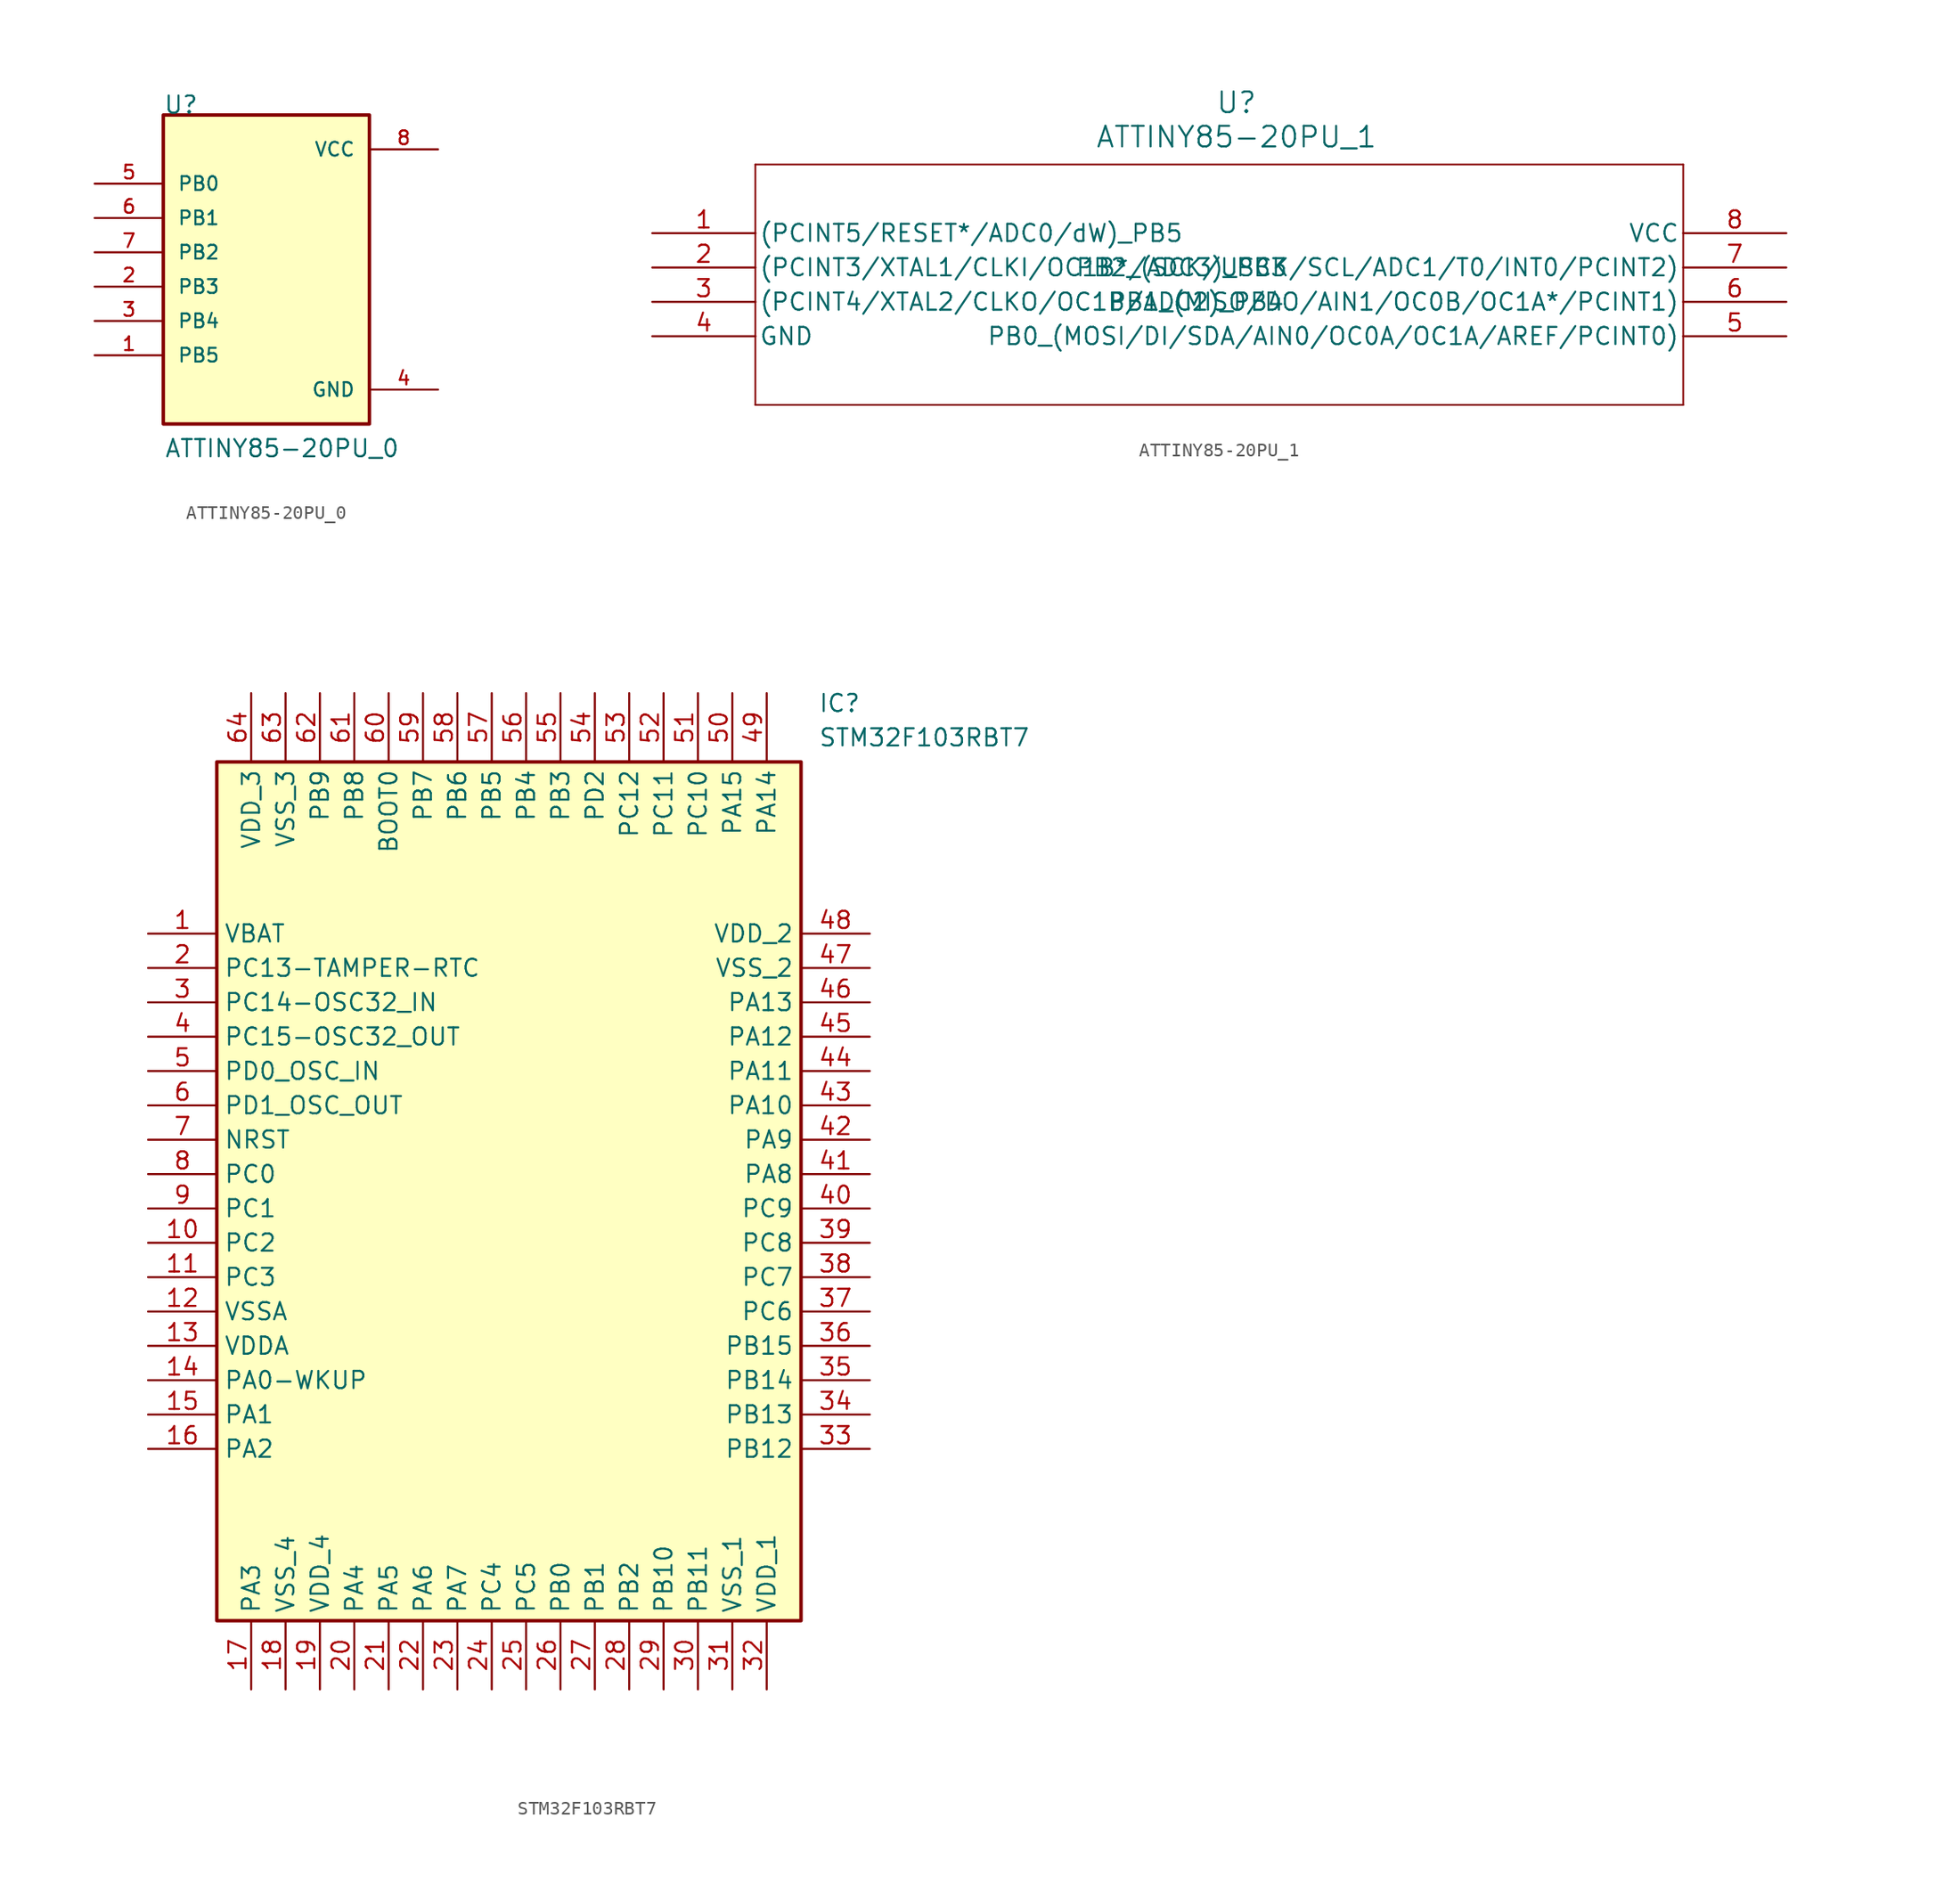
<source format=kicad_sym>
(kicad_symbol_lib
  (version 20241209)
  (generator "kicad_symbol_editor")
  (generator_version "9.0")
  (symbol "ATTINY85-20PU_0"
    (pin_names
      (offset 1.016))
    (property "Reference" "U"
      (at -7.626 11.44 0)
      (effects (font (size 1.27 1.27)) (justify left bottom)))
    (property "Value" "ATTINY85-20PU_0"
      (at -7.551 -13.983 0)
      (effects (font (size 1.27 1.27)) (justify left bottom)))
    (symbol "ATTINY85-20PU_0_0_0"
      (rectangle (start -7.62 -11.43) (end 7.62 11.43) (stroke (width 0.254) (type default)) (fill (type background)))
      (pin bidirectional line (at -12.7 6.35 0) (length 5.08) (name "PB0" (effects (font (size 1.016 1.016)))) (number "5" (effects (font (size 1.016 1.016)))))
      (pin bidirectional line (at -12.7 3.81 0) (length 5.08) (name "PB1" (effects (font (size 1.016 1.016)))) (number "6" (effects (font (size 1.016 1.016)))))
      (pin bidirectional line (at -12.7 1.27 0) (length 5.08) (name "PB2" (effects (font (size 1.016 1.016)))) (number "7" (effects (font (size 1.016 1.016)))))
      (pin bidirectional line (at -12.7 -1.27 0) (length 5.08) (name "PB3" (effects (font (size 1.016 1.016)))) (number "2" (effects (font (size 1.016 1.016)))))
      (pin bidirectional line (at -12.7 -3.81 0) (length 5.08) (name "PB4" (effects (font (size 1.016 1.016)))) (number "3" (effects (font (size 1.016 1.016)))))
      (pin bidirectional line (at -12.7 -6.35 0) (length 5.08) (name "PB5" (effects (font (size 1.016 1.016)))) (number "1" (effects (font (size 1.016 1.016)))))
      (pin power_in line (at 12.7 8.89 180) (length 5.08) (name "VCC" (effects (font (size 1.016 1.016)))) (number "8" (effects (font (size 1.016 1.016)))))
      (pin power_in line (at 12.7 -8.89 180) (length 5.08) (name "GND" (effects (font (size 1.016 1.016)))) (number "4" (effects (font (size 1.016 1.016)))))))
  (symbol "ATTINY85-20PU_1"
    (pin_names
      (offset 0.254))
    (property "Reference" "U"
      (at 43.18 9.652 0)
      (effects (font (size 1.524 1.524))))
    (property "Value" "ATTINY85-20PU_1"
      (at 43.18 7.112 0)
      (effects (font (size 1.524 1.524))))
    (property "ki_locked" ""
      (at 0 0 0)
      (effects (font (size 1.27 1.27))))
    (symbol "ATTINY85-20PU_1_0_1"
      (polyline (pts (xy 7.62 5.08) (xy 7.62 -12.7)) (stroke (width 0.127) (type default)) (fill (type none)))
      (polyline (pts (xy 7.62 -12.7) (xy 76.2 -12.7)) (stroke (width 0.127) (type default)) (fill (type none)))
      (polyline (pts (xy 76.2 5.08) (xy 7.62 5.08)) (stroke (width 0.127) (type default)) (fill (type none)))
      (polyline (pts (xy 76.2 -12.7) (xy 76.2 5.08)) (stroke (width 0.127) (type default)) (fill (type none)))
      (pin bidirectional line (at 0 0 0) (length 7.62) (name "(PCINT5/RESET*/ADC0/dW)_PB5" (effects (font (size 1.27 1.27)))) (number "1" (effects (font (size 1.27 1.27)))))
      (pin bidirectional line (at 0 -2.54 0) (length 7.62) (name "(PCINT3/XTAL1/CLKI/OC1B*/ADC3)_PB3" (effects (font (size 1.27 1.27)))) (number "2" (effects (font (size 1.27 1.27)))))
      (pin bidirectional line (at 0 -5.08 0) (length 7.62) (name "(PCINT4/XTAL2/CLKO/OC1B/ADC2)_PB4" (effects (font (size 1.27 1.27)))) (number "3" (effects (font (size 1.27 1.27)))))
      (pin power_in line (at 0 -7.62 0) (length 7.62) (name "GND" (effects (font (size 1.27 1.27)))) (number "4" (effects (font (size 1.27 1.27)))))
      (pin power_in line (at 83.82 0 180) (length 7.62) (name "VCC" (effects (font (size 1.27 1.27)))) (number "8" (effects (font (size 1.27 1.27)))))
      (pin bidirectional line (at 83.82 -2.54 180) (length 7.62) (name "PB2_(SCK/USCK/SCL/ADC1/T0/INT0/PCINT2)" (effects (font (size 1.27 1.27)))) (number "7" (effects (font (size 1.27 1.27)))))
      (pin bidirectional line (at 83.82 -5.08 180) (length 7.62) (name "PB1_(MISO/DO/AIN1/OC0B/OC1A*/PCINT1)" (effects (font (size 1.27 1.27)))) (number "6" (effects (font (size 1.27 1.27)))))
      (pin bidirectional line (at 83.82 -7.62 180) (length 7.62) (name "PB0_(MOSI/DI/SDA/AIN0/OC0A/OC1A/AREF/PCINT0)" (effects (font (size 1.27 1.27)))) (number "5" (effects (font (size 1.27 1.27)))))))
  (symbol "STM32F103RBT7"
    (property "Reference" "IC"
      (at 49.53 17.78 0)
      (effects (font (size 1.27 1.27)) (justify left top)))
    (property "Value" "STM32F103RBT7"
      (at 49.53 15.24 0)
      (effects (font (size 1.27 1.27)) (justify left top)))
    (symbol "STM32F103RBT7_1_1"
      (rectangle (start 5.08 12.7) (end 48.26 -50.8) (stroke (width 0.254) (type default)) (fill (type background)))
      (pin passive line (at 0 0 0) (length 5.08) (name "VBAT" (effects (font (size 1.27 1.27)))) (number "1" (effects (font (size 1.27 1.27)))))
      (pin passive line (at 0 -2.54 0) (length 5.08) (name "PC13-TAMPER-RTC" (effects (font (size 1.27 1.27)))) (number "2" (effects (font (size 1.27 1.27)))))
      (pin input line (at 0 -5.08 0) (length 5.08) (name "PC14-OSC32_IN" (effects (font (size 1.27 1.27)))) (number "3" (effects (font (size 1.27 1.27)))))
      (pin output line (at 0 -7.62 0) (length 5.08) (name "PC15-OSC32_OUT" (effects (font (size 1.27 1.27)))) (number "4" (effects (font (size 1.27 1.27)))))
      (pin input line (at 0 -10.16 0) (length 5.08) (name "PD0_OSC_IN" (effects (font (size 1.27 1.27)))) (number "5" (effects (font (size 1.27 1.27)))))
      (pin output line (at 0 -12.7 0) (length 5.08) (name "PD1_OSC_OUT" (effects (font (size 1.27 1.27)))) (number "6" (effects (font (size 1.27 1.27)))))
      (pin input line (at 0 -15.24 0) (length 5.08) (name "NRST" (effects (font (size 1.27 1.27)))) (number "7" (effects (font (size 1.27 1.27)))))
      (pin passive line (at 0 -17.78 0) (length 5.08) (name "PC0" (effects (font (size 1.27 1.27)))) (number "8" (effects (font (size 1.27 1.27)))))
      (pin passive line (at 0 -20.32 0) (length 5.08) (name "PC1" (effects (font (size 1.27 1.27)))) (number "9" (effects (font (size 1.27 1.27)))))
      (pin passive line (at 0 -22.86 0) (length 5.08) (name "PC2" (effects (font (size 1.27 1.27)))) (number "10" (effects (font (size 1.27 1.27)))))
      (pin passive line (at 0 -25.4 0) (length 5.08) (name "PC3" (effects (font (size 1.27 1.27)))) (number "11" (effects (font (size 1.27 1.27)))))
      (pin power_in line (at 0 -27.94 0) (length 5.08) (name "VSSA" (effects (font (size 1.27 1.27)))) (number "12" (effects (font (size 1.27 1.27)))))
      (pin power_in line (at 0 -30.48 0) (length 5.08) (name "VDDA" (effects (font (size 1.27 1.27)))) (number "13" (effects (font (size 1.27 1.27)))))
      (pin passive line (at 0 -33.02 0) (length 5.08) (name "PA0-WKUP" (effects (font (size 1.27 1.27)))) (number "14" (effects (font (size 1.27 1.27)))))
      (pin passive line (at 0 -35.56 0) (length 5.08) (name "PA1" (effects (font (size 1.27 1.27)))) (number "15" (effects (font (size 1.27 1.27)))))
      (pin passive line (at 0 -38.1 0) (length 5.08) (name "PA2" (effects (font (size 1.27 1.27)))) (number "16" (effects (font (size 1.27 1.27)))))
      (pin power_in line (at 7.62 17.78 270) (length 5.08) (name "VDD_3" (effects (font (size 1.27 1.27)))) (number "64" (effects (font (size 1.27 1.27)))))
      (pin passive line (at 7.62 -55.88 90) (length 5.08) (name "PA3" (effects (font (size 1.27 1.27)))) (number "17" (effects (font (size 1.27 1.27)))))
      (pin power_in line (at 10.16 17.78 270) (length 5.08) (name "VSS_3" (effects (font (size 1.27 1.27)))) (number "63" (effects (font (size 1.27 1.27)))))
      (pin power_in line (at 10.16 -55.88 90) (length 5.08) (name "VSS_4" (effects (font (size 1.27 1.27)))) (number "18" (effects (font (size 1.27 1.27)))))
      (pin passive line (at 12.7 17.78 270) (length 5.08) (name "PB9" (effects (font (size 1.27 1.27)))) (number "62" (effects (font (size 1.27 1.27)))))
      (pin power_in line (at 12.7 -55.88 90) (length 5.08) (name "VDD_4" (effects (font (size 1.27 1.27)))) (number "19" (effects (font (size 1.27 1.27)))))
      (pin passive line (at 15.24 17.78 270) (length 5.08) (name "PB8" (effects (font (size 1.27 1.27)))) (number "61" (effects (font (size 1.27 1.27)))))
      (pin passive line (at 15.24 -55.88 90) (length 5.08) (name "PA4" (effects (font (size 1.27 1.27)))) (number "20" (effects (font (size 1.27 1.27)))))
      (pin passive line (at 17.78 17.78 270) (length 5.08) (name "BOOT0" (effects (font (size 1.27 1.27)))) (number "60" (effects (font (size 1.27 1.27)))))
      (pin passive line (at 17.78 -55.88 90) (length 5.08) (name "PA5" (effects (font (size 1.27 1.27)))) (number "21" (effects (font (size 1.27 1.27)))))
      (pin passive line (at 20.32 17.78 270) (length 5.08) (name "PB7" (effects (font (size 1.27 1.27)))) (number "59" (effects (font (size 1.27 1.27)))))
      (pin passive line (at 20.32 -55.88 90) (length 5.08) (name "PA6" (effects (font (size 1.27 1.27)))) (number "22" (effects (font (size 1.27 1.27)))))
      (pin passive line (at 22.86 17.78 270) (length 5.08) (name "PB6" (effects (font (size 1.27 1.27)))) (number "58" (effects (font (size 1.27 1.27)))))
      (pin passive line (at 22.86 -55.88 90) (length 5.08) (name "PA7" (effects (font (size 1.27 1.27)))) (number "23" (effects (font (size 1.27 1.27)))))
      (pin passive line (at 25.4 17.78 270) (length 5.08) (name "PB5" (effects (font (size 1.27 1.27)))) (number "57" (effects (font (size 1.27 1.27)))))
      (pin passive line (at 25.4 -55.88 90) (length 5.08) (name "PC4" (effects (font (size 1.27 1.27)))) (number "24" (effects (font (size 1.27 1.27)))))
      (pin passive line (at 27.94 17.78 270) (length 5.08) (name "PB4" (effects (font (size 1.27 1.27)))) (number "56" (effects (font (size 1.27 1.27)))))
      (pin passive line (at 27.94 -55.88 90) (length 5.08) (name "PC5" (effects (font (size 1.27 1.27)))) (number "25" (effects (font (size 1.27 1.27)))))
      (pin passive line (at 30.48 17.78 270) (length 5.08) (name "PB3" (effects (font (size 1.27 1.27)))) (number "55" (effects (font (size 1.27 1.27)))))
      (pin passive line (at 30.48 -55.88 90) (length 5.08) (name "PB0" (effects (font (size 1.27 1.27)))) (number "26" (effects (font (size 1.27 1.27)))))
      (pin passive line (at 33.02 17.78 270) (length 5.08) (name "PD2" (effects (font (size 1.27 1.27)))) (number "54" (effects (font (size 1.27 1.27)))))
      (pin passive line (at 33.02 -55.88 90) (length 5.08) (name "PB1" (effects (font (size 1.27 1.27)))) (number "27" (effects (font (size 1.27 1.27)))))
      (pin passive line (at 35.56 17.78 270) (length 5.08) (name "PC12" (effects (font (size 1.27 1.27)))) (number "53" (effects (font (size 1.27 1.27)))))
      (pin passive line (at 35.56 -55.88 90) (length 5.08) (name "PB2" (effects (font (size 1.27 1.27)))) (number "28" (effects (font (size 1.27 1.27)))))
      (pin passive line (at 38.1 17.78 270) (length 5.08) (name "PC11" (effects (font (size 1.27 1.27)))) (number "52" (effects (font (size 1.27 1.27)))))
      (pin passive line (at 38.1 -55.88 90) (length 5.08) (name "PB10" (effects (font (size 1.27 1.27)))) (number "29" (effects (font (size 1.27 1.27)))))
      (pin passive line (at 40.64 17.78 270) (length 5.08) (name "PC10" (effects (font (size 1.27 1.27)))) (number "51" (effects (font (size 1.27 1.27)))))
      (pin passive line (at 40.64 -55.88 90) (length 5.08) (name "PB11" (effects (font (size 1.27 1.27)))) (number "30" (effects (font (size 1.27 1.27)))))
      (pin passive line (at 43.18 17.78 270) (length 5.08) (name "PA15" (effects (font (size 1.27 1.27)))) (number "50" (effects (font (size 1.27 1.27)))))
      (pin power_in line (at 43.18 -55.88 90) (length 5.08) (name "VSS_1" (effects (font (size 1.27 1.27)))) (number "31" (effects (font (size 1.27 1.27)))))
      (pin passive line (at 45.72 17.78 270) (length 5.08) (name "PA14" (effects (font (size 1.27 1.27)))) (number "49" (effects (font (size 1.27 1.27)))))
      (pin power_in line (at 45.72 -55.88 90) (length 5.08) (name "VDD_1" (effects (font (size 1.27 1.27)))) (number "32" (effects (font (size 1.27 1.27)))))
      (pin power_in line (at 53.34 0 180) (length 5.08) (name "VDD_2" (effects (font (size 1.27 1.27)))) (number "48" (effects (font (size 1.27 1.27)))))
      (pin power_in line (at 53.34 -2.54 180) (length 5.08) (name "VSS_2" (effects (font (size 1.27 1.27)))) (number "47" (effects (font (size 1.27 1.27)))))
      (pin passive line (at 53.34 -5.08 180) (length 5.08) (name "PA13" (effects (font (size 1.27 1.27)))) (number "46" (effects (font (size 1.27 1.27)))))
      (pin passive line (at 53.34 -7.62 180) (length 5.08) (name "PA12" (effects (font (size 1.27 1.27)))) (number "45" (effects (font (size 1.27 1.27)))))
      (pin passive line (at 53.34 -10.16 180) (length 5.08) (name "PA11" (effects (font (size 1.27 1.27)))) (number "44" (effects (font (size 1.27 1.27)))))
      (pin passive line (at 53.34 -12.7 180) (length 5.08) (name "PA10" (effects (font (size 1.27 1.27)))) (number "43" (effects (font (size 1.27 1.27)))))
      (pin passive line (at 53.34 -15.24 180) (length 5.08) (name "PA9" (effects (font (size 1.27 1.27)))) (number "42" (effects (font (size 1.27 1.27)))))
      (pin passive line (at 53.34 -17.78 180) (length 5.08) (name "PA8" (effects (font (size 1.27 1.27)))) (number "41" (effects (font (size 1.27 1.27)))))
      (pin passive line (at 53.34 -20.32 180) (length 5.08) (name "PC9" (effects (font (size 1.27 1.27)))) (number "40" (effects (font (size 1.27 1.27)))))
      (pin passive line (at 53.34 -22.86 180) (length 5.08) (name "PC8" (effects (font (size 1.27 1.27)))) (number "39" (effects (font (size 1.27 1.27)))))
      (pin passive line (at 53.34 -25.4 180) (length 5.08) (name "PC7" (effects (font (size 1.27 1.27)))) (number "38" (effects (font (size 1.27 1.27)))))
      (pin passive line (at 53.34 -27.94 180) (length 5.08) (name "PC6" (effects (font (size 1.27 1.27)))) (number "37" (effects (font (size 1.27 1.27)))))
      (pin passive line (at 53.34 -30.48 180) (length 5.08) (name "PB15" (effects (font (size 1.27 1.27)))) (number "36" (effects (font (size 1.27 1.27)))))
      (pin passive line (at 53.34 -33.02 180) (length 5.08) (name "PB14" (effects (font (size 1.27 1.27)))) (number "35" (effects (font (size 1.27 1.27)))))
      (pin passive line (at 53.34 -35.56 180) (length 5.08) (name "PB13" (effects (font (size 1.27 1.27)))) (number "34" (effects (font (size 1.27 1.27)))))
      (pin passive line (at 53.34 -38.1 180) (length 5.08) (name "PB12" (effects (font (size 1.27 1.27)))) (number "33" (effects (font (size 1.27 1.27))))))))
</source>
